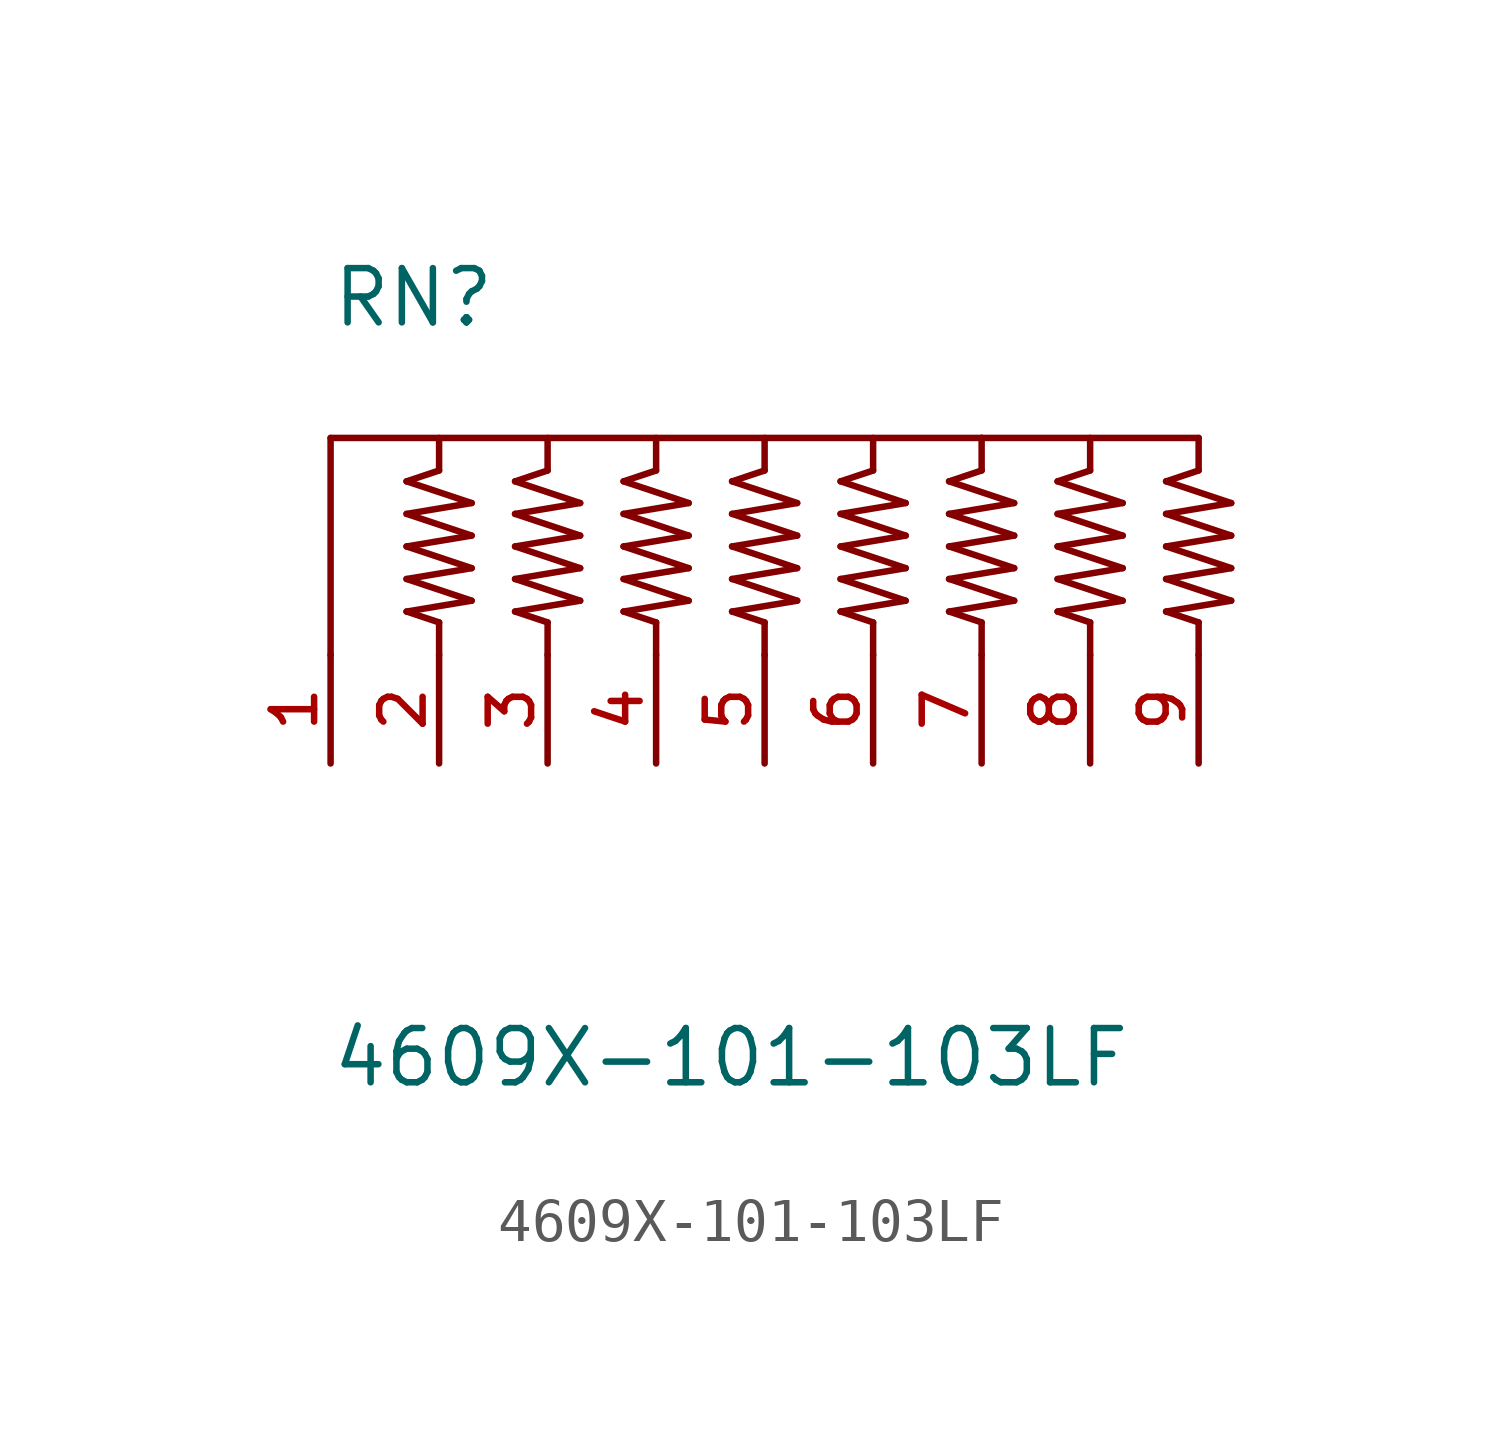
<source format=kicad_sym>
(kicad_symbol_lib
  (version 20220914)
  (generator kicad_symbol_editor)
  (symbol "4609X-101-103LF"
    (pin_names
      (offset 1.016))
    (property "Reference" "RN"
      (at -10.164 7.622 0)
      (effects (font (size 1.27 1.27)) (justify left bottom)))
    (property "Value" "4609X-101-103LF"
      (at -10.17 -10.167 0)
      (effects (font (size 1.27 1.27)) (justify left bottom)))
    (symbol "4609X-101-103LF_0_0"
      (polyline (pts (xy -10.16 0) (xy -10.16 5.08)) (stroke (width 0.152) (type default)) (fill (type none)))
      (polyline (pts (xy -10.16 5.08) (xy 5.08 5.08)) (stroke (width 0.152) (type default)) (fill (type none)))
      (polyline (pts (xy -8.382 1.016) (xy -7.62 0.762)) (stroke (width 0.152) (type default)) (fill (type none)))
      (polyline (pts (xy -8.382 1.778) (xy -6.858 1.27)) (stroke (width 0.152) (type default)) (fill (type none)))
      (polyline (pts (xy -8.382 2.54) (xy -6.858 2.032)) (stroke (width 0.152) (type default)) (fill (type none)))
      (polyline (pts (xy -8.382 3.302) (xy -6.858 2.794)) (stroke (width 0.152) (type default)) (fill (type none)))
      (polyline (pts (xy -8.382 4.064) (xy -7.62 4.318)) (stroke (width 0.152) (type default)) (fill (type none)))
      (polyline (pts (xy -7.62 0.762) (xy -7.62 0)) (stroke (width 0.152) (type default)) (fill (type none)))
      (polyline (pts (xy -7.62 5.08) (xy -7.62 4.318)) (stroke (width 0.152) (type default)) (fill (type none)))
      (polyline (pts (xy -6.858 1.27) (xy -8.382 1.016)) (stroke (width 0.152) (type default)) (fill (type none)))
      (polyline (pts (xy -6.858 2.032) (xy -8.382 1.778)) (stroke (width 0.152) (type default)) (fill (type none)))
      (polyline (pts (xy -6.858 2.794) (xy -8.382 2.54)) (stroke (width 0.152) (type default)) (fill (type none)))
      (polyline (pts (xy -6.858 3.556) (xy -8.382 3.302)) (stroke (width 0.152) (type default)) (fill (type none)))
      (polyline (pts (xy -6.858 3.556) (xy -8.382 4.064)) (stroke (width 0.152) (type default)) (fill (type none)))
      (polyline (pts (xy -5.842 1.016) (xy -5.08 0.762)) (stroke (width 0.152) (type default)) (fill (type none)))
      (polyline (pts (xy -5.842 1.778) (xy -4.318 1.27)) (stroke (width 0.152) (type default)) (fill (type none)))
      (polyline (pts (xy -5.842 2.54) (xy -4.318 2.032)) (stroke (width 0.152) (type default)) (fill (type none)))
      (polyline (pts (xy -5.842 3.302) (xy -4.318 2.794)) (stroke (width 0.152) (type default)) (fill (type none)))
      (polyline (pts (xy -5.842 4.064) (xy -5.08 4.318)) (stroke (width 0.152) (type default)) (fill (type none)))
      (polyline (pts (xy -5.08 0.762) (xy -5.08 0)) (stroke (width 0.152) (type default)) (fill (type none)))
      (polyline (pts (xy -5.08 5.08) (xy -5.08 4.318)) (stroke (width 0.152) (type default)) (fill (type none)))
      (polyline (pts (xy -4.318 1.27) (xy -5.842 1.016)) (stroke (width 0.152) (type default)) (fill (type none)))
      (polyline (pts (xy -4.318 2.032) (xy -5.842 1.778)) (stroke (width 0.152) (type default)) (fill (type none)))
      (polyline (pts (xy -4.318 2.794) (xy -5.842 2.54)) (stroke (width 0.152) (type default)) (fill (type none)))
      (polyline (pts (xy -4.318 3.556) (xy -5.842 3.302)) (stroke (width 0.152) (type default)) (fill (type none)))
      (polyline (pts (xy -4.318 3.556) (xy -5.842 4.064)) (stroke (width 0.152) (type default)) (fill (type none)))
      (polyline (pts (xy -3.302 1.016) (xy -2.54 0.762)) (stroke (width 0.152) (type default)) (fill (type none)))
      (polyline (pts (xy -3.302 1.778) (xy -1.778 1.27)) (stroke (width 0.152) (type default)) (fill (type none)))
      (polyline (pts (xy -3.302 2.54) (xy -1.778 2.032)) (stroke (width 0.152) (type default)) (fill (type none)))
      (polyline (pts (xy -3.302 3.302) (xy -1.778 2.794)) (stroke (width 0.152) (type default)) (fill (type none)))
      (polyline (pts (xy -3.302 4.064) (xy -2.54 4.318)) (stroke (width 0.152) (type default)) (fill (type none)))
      (polyline (pts (xy -2.54 0.762) (xy -2.54 0)) (stroke (width 0.152) (type default)) (fill (type none)))
      (polyline (pts (xy -2.54 5.08) (xy -2.54 4.318)) (stroke (width 0.152) (type default)) (fill (type none)))
      (polyline (pts (xy -1.778 1.27) (xy -3.302 1.016)) (stroke (width 0.152) (type default)) (fill (type none)))
      (polyline (pts (xy -1.778 2.032) (xy -3.302 1.778)) (stroke (width 0.152) (type default)) (fill (type none)))
      (polyline (pts (xy -1.778 2.794) (xy -3.302 2.54)) (stroke (width 0.152) (type default)) (fill (type none)))
      (polyline (pts (xy -1.778 3.556) (xy -3.302 3.302)) (stroke (width 0.152) (type default)) (fill (type none)))
      (polyline (pts (xy -1.778 3.556) (xy -3.302 4.064)) (stroke (width 0.152) (type default)) (fill (type none)))
      (polyline (pts (xy -0.762 1.016) (xy 0 0.762)) (stroke (width 0.152) (type default)) (fill (type none)))
      (polyline (pts (xy -0.762 1.778) (xy 0.762 1.27)) (stroke (width 0.152) (type default)) (fill (type none)))
      (polyline (pts (xy -0.762 2.54) (xy 0.762 2.032)) (stroke (width 0.152) (type default)) (fill (type none)))
      (polyline (pts (xy -0.762 3.302) (xy 0.762 2.794)) (stroke (width 0.152) (type default)) (fill (type none)))
      (polyline (pts (xy -0.762 4.064) (xy 0 4.318)) (stroke (width 0.152) (type default)) (fill (type none)))
      (polyline (pts (xy 0 0.762) (xy 0 0)) (stroke (width 0.152) (type default)) (fill (type none)))
      (polyline (pts (xy 0 5.08) (xy 0 4.318)) (stroke (width 0.152) (type default)) (fill (type none)))
      (polyline (pts (xy 0.762 1.27) (xy -0.762 1.016)) (stroke (width 0.152) (type default)) (fill (type none)))
      (polyline (pts (xy 0.762 2.032) (xy -0.762 1.778)) (stroke (width 0.152) (type default)) (fill (type none)))
      (polyline (pts (xy 0.762 2.794) (xy -0.762 2.54)) (stroke (width 0.152) (type default)) (fill (type none)))
      (polyline (pts (xy 0.762 3.556) (xy -0.762 3.302)) (stroke (width 0.152) (type default)) (fill (type none)))
      (polyline (pts (xy 0.762 3.556) (xy -0.762 4.064)) (stroke (width 0.152) (type default)) (fill (type none)))
      (polyline (pts (xy 1.778 1.016) (xy 2.54 0.762)) (stroke (width 0.152) (type default)) (fill (type none)))
      (polyline (pts (xy 1.778 1.778) (xy 3.302 1.27)) (stroke (width 0.152) (type default)) (fill (type none)))
      (polyline (pts (xy 1.778 2.54) (xy 3.302 2.032)) (stroke (width 0.152) (type default)) (fill (type none)))
      (polyline (pts (xy 1.778 3.302) (xy 3.302 2.794)) (stroke (width 0.152) (type default)) (fill (type none)))
      (polyline (pts (xy 1.778 4.064) (xy 2.54 4.318)) (stroke (width 0.152) (type default)) (fill (type none)))
      (polyline (pts (xy 2.54 0.762) (xy 2.54 0)) (stroke (width 0.152) (type default)) (fill (type none)))
      (polyline (pts (xy 2.54 5.08) (xy 2.54 4.318)) (stroke (width 0.152) (type default)) (fill (type none)))
      (polyline (pts (xy 3.302 1.27) (xy 1.778 1.016)) (stroke (width 0.152) (type default)) (fill (type none)))
      (polyline (pts (xy 3.302 2.032) (xy 1.778 1.778)) (stroke (width 0.152) (type default)) (fill (type none)))
      (polyline (pts (xy 3.302 2.794) (xy 1.778 2.54)) (stroke (width 0.152) (type default)) (fill (type none)))
      (polyline (pts (xy 3.302 3.556) (xy 1.778 3.302)) (stroke (width 0.152) (type default)) (fill (type none)))
      (polyline (pts (xy 3.302 3.556) (xy 1.778 4.064)) (stroke (width 0.152) (type default)) (fill (type none)))
      (polyline (pts (xy 4.318 1.016) (xy 5.08 0.762)) (stroke (width 0.152) (type default)) (fill (type none)))
      (polyline (pts (xy 4.318 1.778) (xy 5.842 1.27)) (stroke (width 0.152) (type default)) (fill (type none)))
      (polyline (pts (xy 4.318 2.54) (xy 5.842 2.032)) (stroke (width 0.152) (type default)) (fill (type none)))
      (polyline (pts (xy 4.318 3.302) (xy 5.842 2.794)) (stroke (width 0.152) (type default)) (fill (type none)))
      (polyline (pts (xy 4.318 4.064) (xy 5.08 4.318)) (stroke (width 0.152) (type default)) (fill (type none)))
      (polyline (pts (xy 5.08 0.762) (xy 5.08 0)) (stroke (width 0.152) (type default)) (fill (type none)))
      (polyline (pts (xy 5.08 5.08) (xy 5.08 4.318)) (stroke (width 0.152) (type default)) (fill (type none)))
      (polyline (pts (xy 5.08 5.08) (xy 10.16 5.08)) (stroke (width 0.152) (type default)) (fill (type none)))
      (polyline (pts (xy 5.842 1.27) (xy 4.318 1.016)) (stroke (width 0.152) (type default)) (fill (type none)))
      (polyline (pts (xy 5.842 2.032) (xy 4.318 1.778)) (stroke (width 0.152) (type default)) (fill (type none)))
      (polyline (pts (xy 5.842 2.794) (xy 4.318 2.54)) (stroke (width 0.152) (type default)) (fill (type none)))
      (polyline (pts (xy 5.842 3.556) (xy 4.318 3.302)) (stroke (width 0.152) (type default)) (fill (type none)))
      (polyline (pts (xy 5.842 3.556) (xy 4.318 4.064)) (stroke (width 0.152) (type default)) (fill (type none)))
      (polyline (pts (xy 6.858 1.016) (xy 7.62 0.762)) (stroke (width 0.152) (type default)) (fill (type none)))
      (polyline (pts (xy 6.858 1.778) (xy 8.382 1.27)) (stroke (width 0.152) (type default)) (fill (type none)))
      (polyline (pts (xy 6.858 2.54) (xy 8.382 2.032)) (stroke (width 0.152) (type default)) (fill (type none)))
      (polyline (pts (xy 6.858 3.302) (xy 8.382 2.794)) (stroke (width 0.152) (type default)) (fill (type none)))
      (polyline (pts (xy 6.858 4.064) (xy 7.62 4.318)) (stroke (width 0.152) (type default)) (fill (type none)))
      (polyline (pts (xy 7.62 0.762) (xy 7.62 0)) (stroke (width 0.152) (type default)) (fill (type none)))
      (polyline (pts (xy 7.62 5.08) (xy 7.62 4.318)) (stroke (width 0.152) (type default)) (fill (type none)))
      (polyline (pts (xy 8.382 1.27) (xy 6.858 1.016)) (stroke (width 0.152) (type default)) (fill (type none)))
      (polyline (pts (xy 8.382 2.032) (xy 6.858 1.778)) (stroke (width 0.152) (type default)) (fill (type none)))
      (polyline (pts (xy 8.382 2.794) (xy 6.858 2.54)) (stroke (width 0.152) (type default)) (fill (type none)))
      (polyline (pts (xy 8.382 3.556) (xy 6.858 3.302)) (stroke (width 0.152) (type default)) (fill (type none)))
      (polyline (pts (xy 8.382 3.556) (xy 6.858 4.064)) (stroke (width 0.152) (type default)) (fill (type none)))
      (polyline (pts (xy 9.398 1.016) (xy 10.16 0.762)) (stroke (width 0.152) (type default)) (fill (type none)))
      (polyline (pts (xy 9.398 1.778) (xy 10.922 1.27)) (stroke (width 0.152) (type default)) (fill (type none)))
      (polyline (pts (xy 9.398 2.54) (xy 10.922 2.032)) (stroke (width 0.152) (type default)) (fill (type none)))
      (polyline (pts (xy 9.398 3.302) (xy 10.922 2.794)) (stroke (width 0.152) (type default)) (fill (type none)))
      (polyline (pts (xy 9.398 4.064) (xy 10.16 4.318)) (stroke (width 0.152) (type default)) (fill (type none)))
      (polyline (pts (xy 10.16 0.762) (xy 10.16 0)) (stroke (width 0.152) (type default)) (fill (type none)))
      (polyline (pts (xy 10.16 5.08) (xy 10.16 4.318)) (stroke (width 0.152) (type default)) (fill (type none)))
      (polyline (pts (xy 10.922 1.27) (xy 9.398 1.016)) (stroke (width 0.152) (type default)) (fill (type none)))
      (polyline (pts (xy 10.922 2.032) (xy 9.398 1.778)) (stroke (width 0.152) (type default)) (fill (type none)))
      (polyline (pts (xy 10.922 2.794) (xy 9.398 2.54)) (stroke (width 0.152) (type default)) (fill (type none)))
      (polyline (pts (xy 10.922 3.556) (xy 9.398 3.302)) (stroke (width 0.152) (type default)) (fill (type none)))
      (polyline (pts (xy 10.922 3.556) (xy 9.398 4.064)) (stroke (width 0.152) (type default)) (fill (type none)))
      (pin passive line (at -10.16 -2.54 90) (length 2.54) (name "~" (effects (font (size 1.016 1.016)))) (number "1" (effects (font (size 1.016 1.016)))))
      (pin passive line (at -7.62 -2.54 90) (length 2.54) (name "~" (effects (font (size 1.016 1.016)))) (number "2" (effects (font (size 1.016 1.016)))))
      (pin passive line (at -5.08 -2.54 90) (length 2.54) (name "~" (effects (font (size 1.016 1.016)))) (number "3" (effects (font (size 1.016 1.016)))))
      (pin passive line (at -2.54 -2.54 90) (length 2.54) (name "~" (effects (font (size 1.016 1.016)))) (number "4" (effects (font (size 1.016 1.016)))))
      (pin passive line (at 0 -2.54 90) (length 2.54) (name "~" (effects (font (size 1.016 1.016)))) (number "5" (effects (font (size 1.016 1.016)))))
      (pin passive line (at 2.54 -2.54 90) (length 2.54) (name "~" (effects (font (size 1.016 1.016)))) (number "6" (effects (font (size 1.016 1.016)))))
      (pin passive line (at 5.08 -2.54 90) (length 2.54) (name "~" (effects (font (size 1.016 1.016)))) (number "7" (effects (font (size 1.016 1.016)))))
      (pin passive line (at 7.62 -2.54 90) (length 2.54) (name "~" (effects (font (size 1.016 1.016)))) (number "8" (effects (font (size 1.016 1.016)))))
      (pin passive line (at 10.16 -2.54 90) (length 2.54) (name "~" (effects (font (size 1.016 1.016)))) (number "9" (effects (font (size 1.016 1.016))))))))
</source>
